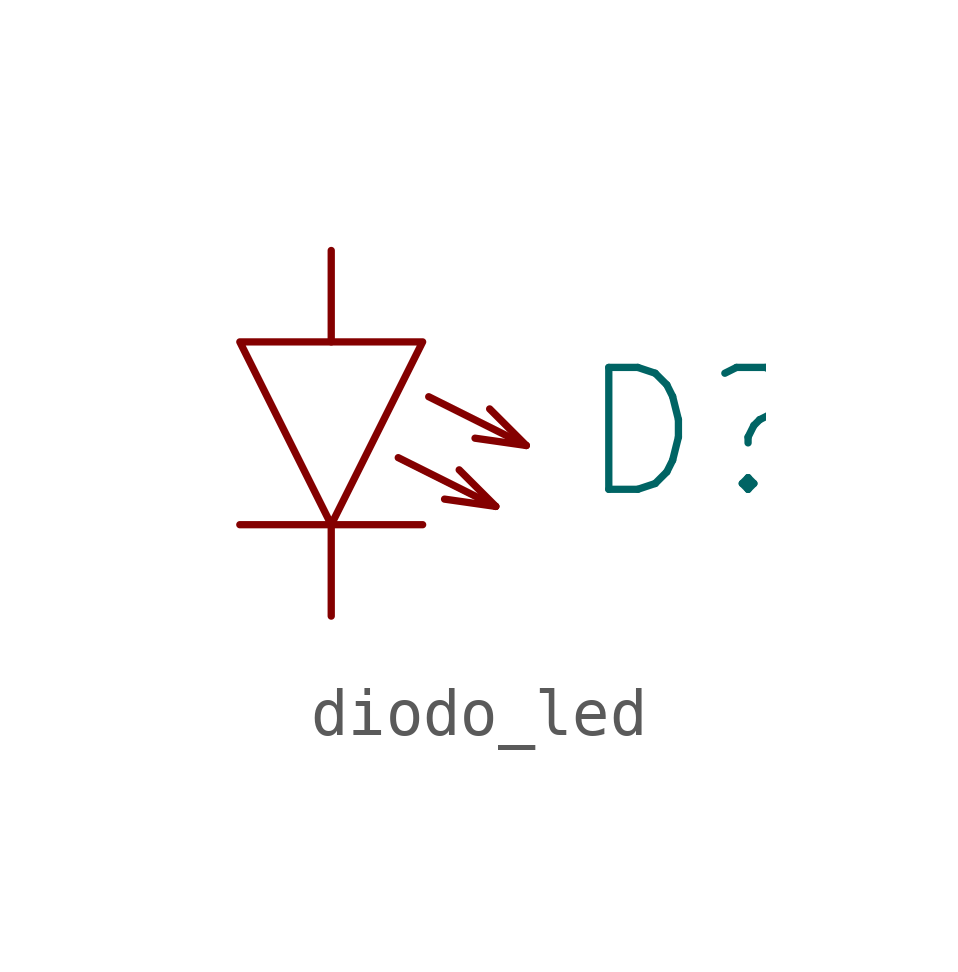
<source format=kicad_sym>
(kicad_symbol_lib
  (version 20220914)
  (generator kicad_symbol_editor)
  (symbol "diodo_led"
    (pin_names
      (offset 1.016))
    (property "Reference" "D"
      (at 5.08 -3.81 0)
      (effects (font (size 2.54 2.54)) (justify left)))
    (symbol "diodo_led_0_1"
      (polyline (pts (xy 1.397 -4.318) (xy 3.429 -5.334)) (stroke (width 0) (type default)) (fill (type none)))
      (polyline (pts (xy 1.905 -5.715) (xy -1.905 -5.715)) (stroke (width 0) (type default)) (fill (type none)))
      (polyline (pts (xy 2.032 -3.048) (xy 4.064 -4.064)) (stroke (width 0) (type default)) (fill (type none)))
      (polyline (pts (xy 3.429 -5.334) (xy 2.362 -5.182)) (stroke (width 0) (type default)) (fill (type none)))
      (polyline (pts (xy 3.429 -5.334) (xy 2.667 -4.572)) (stroke (width 0) (type default)) (fill (type none)))
      (polyline (pts (xy 4.064 -4.064) (xy 2.997 -3.912)) (stroke (width 0) (type default)) (fill (type none)))
      (polyline (pts (xy 4.064 -4.064) (xy 3.302 -3.302)) (stroke (width 0) (type default)) (fill (type none)))
      (polyline (pts (xy 1.905 -1.905) (xy -1.905 -1.905) (xy 0 -5.715) (xy 1.905 -1.905)) (stroke (width 0) (type default)) (fill (type none))))
    (symbol "diodo_led_1_1"
      (pin input line (at 0 -7.62 90) (length 1.905) (name "" (effects (font (size 1.27 1.27)))) (number "" (effects (font (size 1.143 1.143)))))
      (pin input line (at 0 0 270) (length 1.905) (name "" (effects (font (size 1.27 1.27)))) (number "" (effects (font (size 1.143 1.143))))))))
</source>
